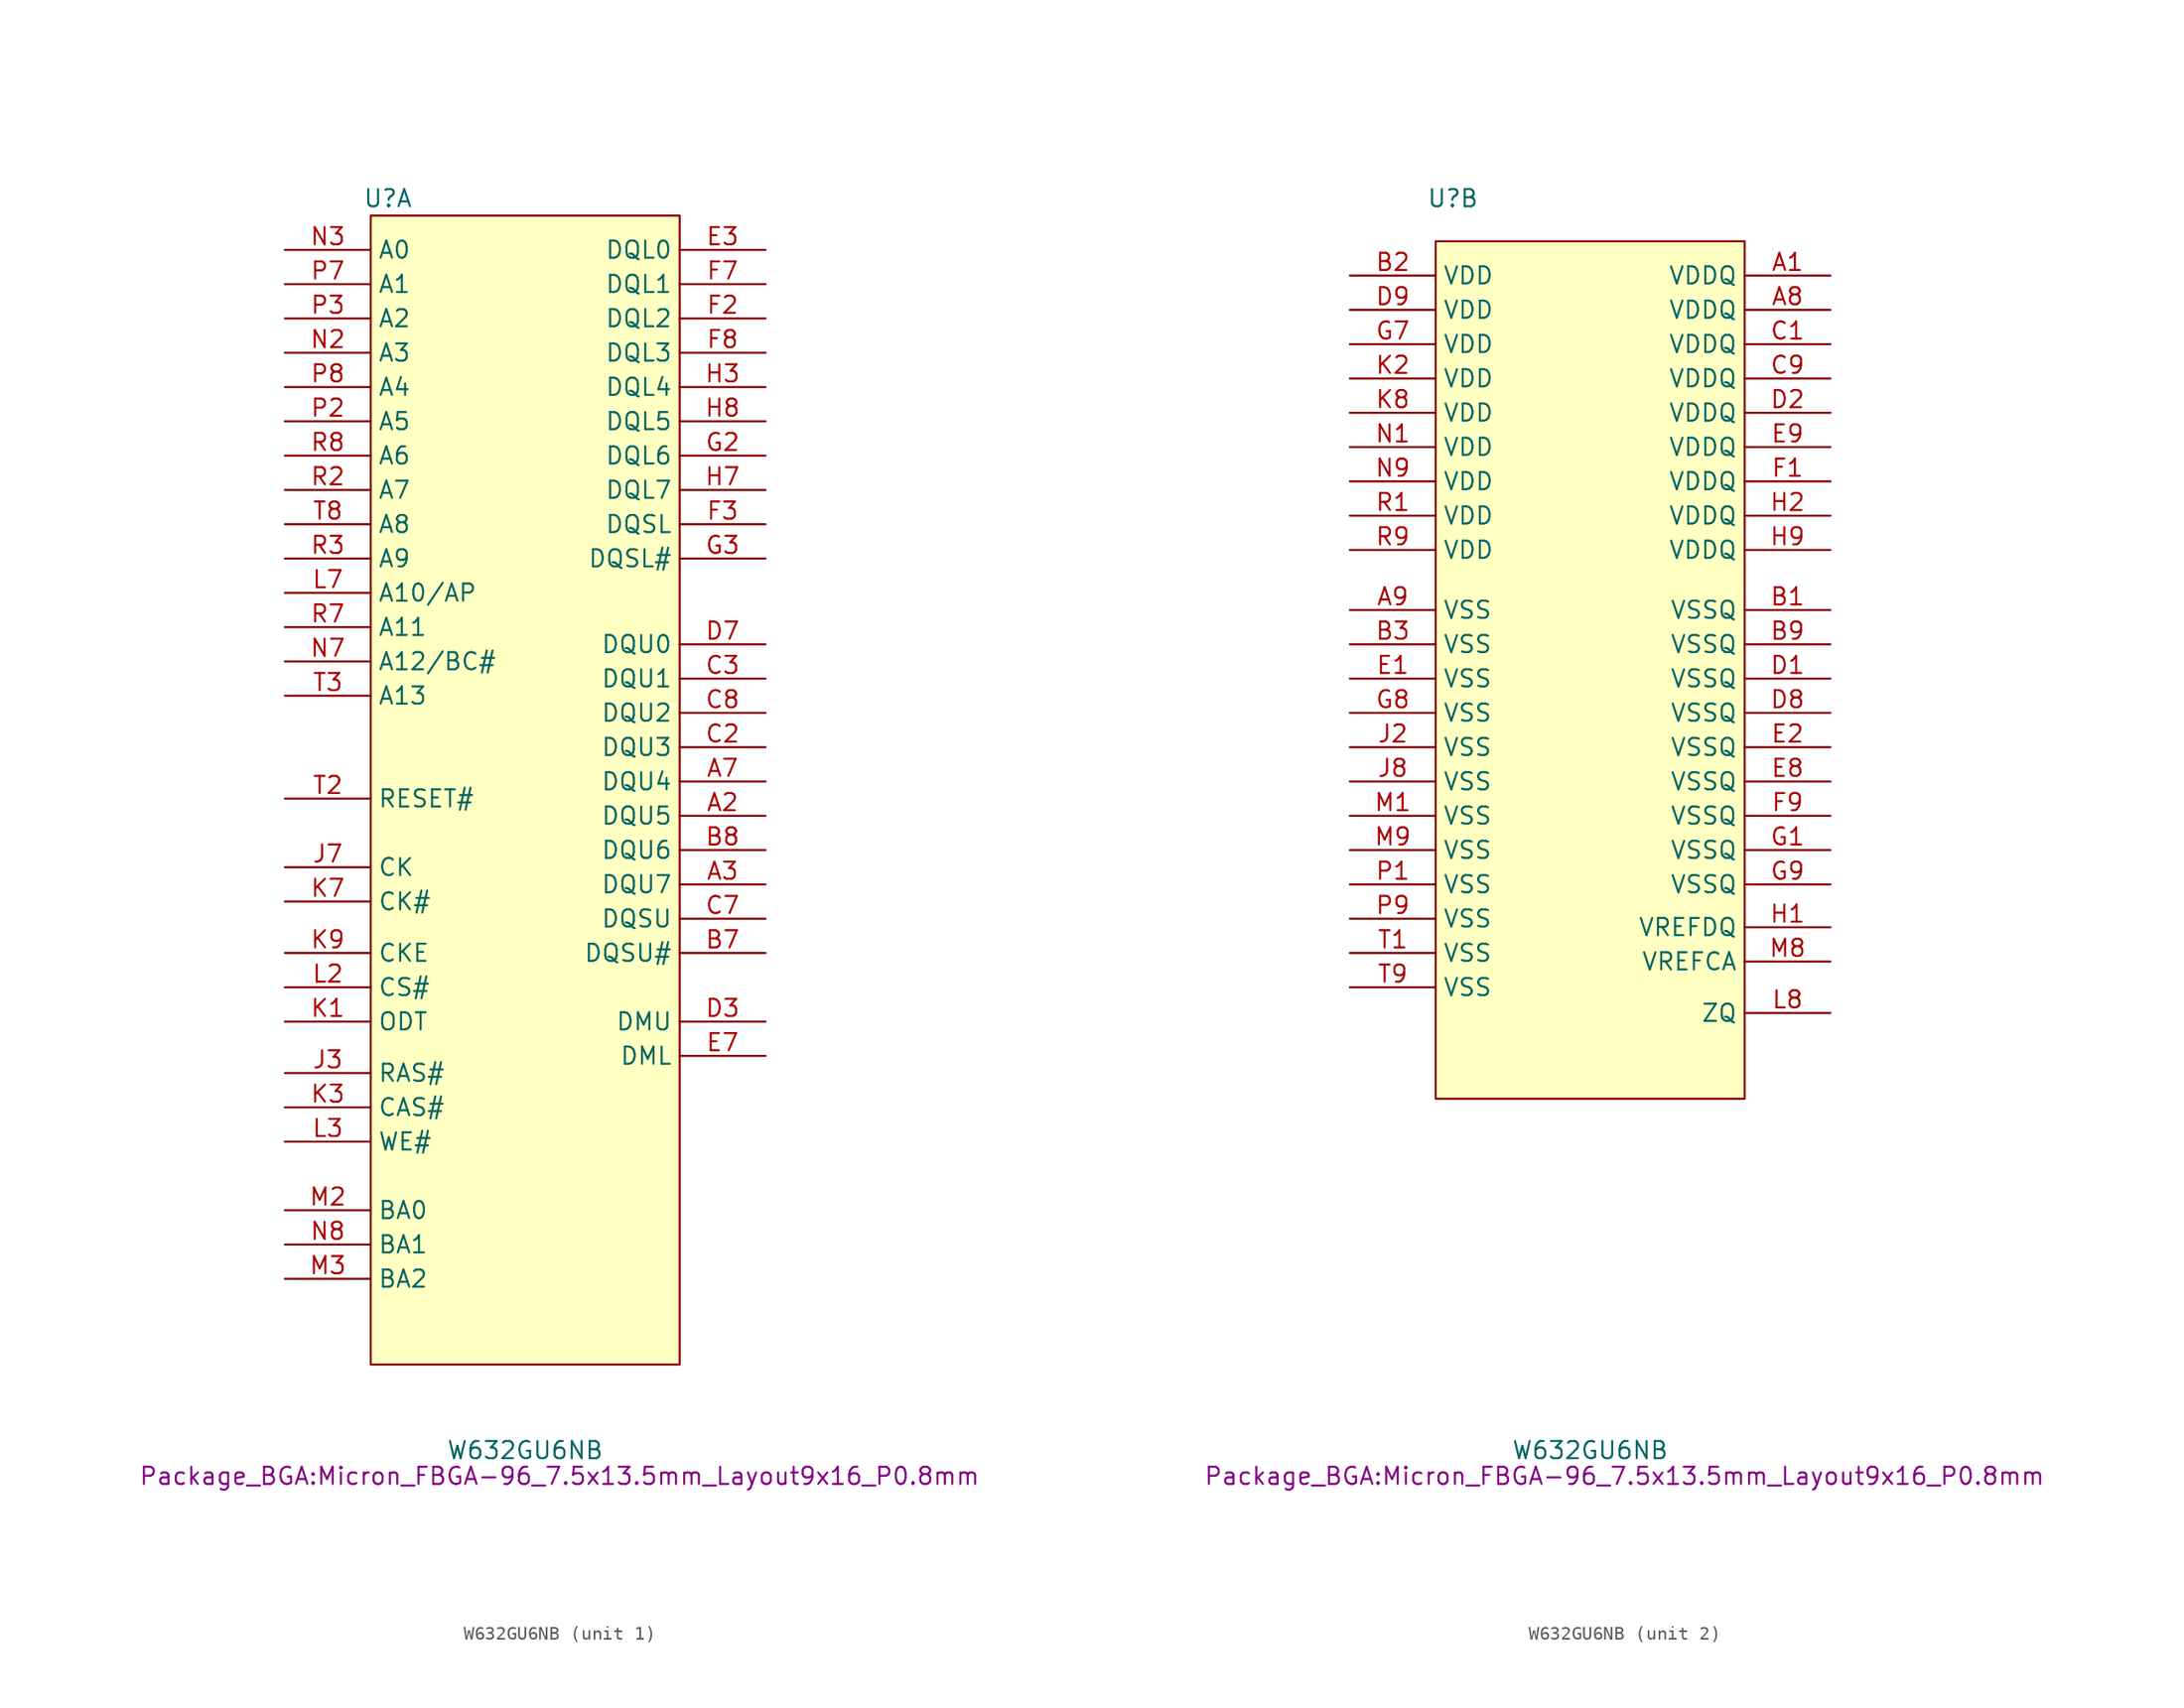
<source format=kicad_sym>
(kicad_symbol_lib
  (version 20220914)
  (generator kicad_symbol_editor)
  (symbol "W632GU6NB"
    (property "Reference" "U"
      (at -10.16 15.24 0)
      (effects (font (size 1.27 1.27))))
    (property "Value" "W632GU6NB"
      (at 0 -77.47 0)
      (effects (font (size 1.27 1.27))))
    (property "Footprint" "Package_BGA:Micron_FBGA-96_7.5x13.5mm_Layout9x16_P0.8mm"
      (at 2.54 -79.375 0)
      (effects (font (size 1.27 1.27))))
    (property "ki_locked" ""
      (at 0 0 0)
      (effects (font (size 1.27 1.27))))
    (symbol "W632GU6NB_1_1"
      (rectangle (start -11.43 13.97) (end 11.43 -71.12) (stroke (width 0) (type default)) (fill (type background)))
      (pin bidirectional line (at 17.78 -30.48 180) (length 6.35) (name "DQU5" (effects (font (size 1.27 1.27)))) (number "A2" (effects (font (size 1.27 1.27)))))
      (pin bidirectional line (at 17.78 -35.56 180) (length 6.35) (name "DQU7" (effects (font (size 1.27 1.27)))) (number "A3" (effects (font (size 1.27 1.27)))))
      (pin bidirectional line (at 17.78 -27.94 180) (length 6.35) (name "DQU4" (effects (font (size 1.27 1.27)))) (number "A7" (effects (font (size 1.27 1.27)))))
      (pin bidirectional line (at 17.78 -40.64 180) (length 6.35) (name "DQSU#" (effects (font (size 1.27 1.27)))) (number "B7" (effects (font (size 1.27 1.27)))))
      (pin bidirectional line (at 17.78 -33.02 180) (length 6.35) (name "DQU6" (effects (font (size 1.27 1.27)))) (number "B8" (effects (font (size 1.27 1.27)))))
      (pin bidirectional line (at 17.78 -25.4 180) (length 6.35) (name "DQU3" (effects (font (size 1.27 1.27)))) (number "C2" (effects (font (size 1.27 1.27)))))
      (pin bidirectional line (at 17.78 -20.32 180) (length 6.35) (name "DQU1" (effects (font (size 1.27 1.27)))) (number "C3" (effects (font (size 1.27 1.27)))))
      (pin bidirectional line (at 17.78 -38.1 180) (length 6.35) (name "DQSU" (effects (font (size 1.27 1.27)))) (number "C7" (effects (font (size 1.27 1.27)))))
      (pin bidirectional line (at 17.78 -22.86 180) (length 6.35) (name "DQU2" (effects (font (size 1.27 1.27)))) (number "C8" (effects (font (size 1.27 1.27)))))
      (pin input line (at 17.78 -45.72 180) (length 6.35) (name "DMU" (effects (font (size 1.27 1.27)))) (number "D3" (effects (font (size 1.27 1.27)))))
      (pin bidirectional line (at 17.78 -17.78 180) (length 6.35) (name "DQU0" (effects (font (size 1.27 1.27)))) (number "D7" (effects (font (size 1.27 1.27)))))
      (pin bidirectional line (at 17.78 11.43 180) (length 6.35) (name "DQL0" (effects (font (size 1.27 1.27)))) (number "E3" (effects (font (size 1.27 1.27)))))
      (pin input line (at 17.78 -48.26 180) (length 6.35) (name "DML" (effects (font (size 1.27 1.27)))) (number "E7" (effects (font (size 1.27 1.27)))))
      (pin bidirectional line (at 17.78 6.35 180) (length 6.35) (name "DQL2" (effects (font (size 1.27 1.27)))) (number "F2" (effects (font (size 1.27 1.27)))))
      (pin bidirectional line (at 17.78 -8.89 180) (length 6.35) (name "DQSL" (effects (font (size 1.27 1.27)))) (number "F3" (effects (font (size 1.27 1.27)))))
      (pin bidirectional line (at 17.78 8.89 180) (length 6.35) (name "DQL1" (effects (font (size 1.27 1.27)))) (number "F7" (effects (font (size 1.27 1.27)))))
      (pin bidirectional line (at 17.78 3.81 180) (length 6.35) (name "DQL3" (effects (font (size 1.27 1.27)))) (number "F8" (effects (font (size 1.27 1.27)))))
      (pin bidirectional line (at 17.78 -3.81 180) (length 6.35) (name "DQL6" (effects (font (size 1.27 1.27)))) (number "G2" (effects (font (size 1.27 1.27)))))
      (pin bidirectional line (at 17.78 -11.43 180) (length 6.35) (name "DQSL#" (effects (font (size 1.27 1.27)))) (number "G3" (effects (font (size 1.27 1.27)))))
      (pin bidirectional line (at 17.78 1.27 180) (length 6.35) (name "DQL4" (effects (font (size 1.27 1.27)))) (number "H3" (effects (font (size 1.27 1.27)))))
      (pin bidirectional line (at 17.78 -6.35 180) (length 6.35) (name "DQL7" (effects (font (size 1.27 1.27)))) (number "H7" (effects (font (size 1.27 1.27)))))
      (pin bidirectional line (at 17.78 -1.27 180) (length 6.35) (name "DQL5" (effects (font (size 1.27 1.27)))) (number "H8" (effects (font (size 1.27 1.27)))))
      (pin input line (at -17.78 -49.53 0) (length 6.35) (name "RAS#" (effects (font (size 1.27 1.27)))) (number "J3" (effects (font (size 1.27 1.27)))))
      (pin input line (at -17.78 -34.29 0) (length 6.35) (name "CK" (effects (font (size 1.27 1.27)))) (number "J7" (effects (font (size 1.27 1.27)))))
      (pin input line (at -17.78 -45.72 0) (length 6.35) (name "ODT" (effects (font (size 1.27 1.27)))) (number "K1" (effects (font (size 1.27 1.27)))))
      (pin input line (at -17.78 -52.07 0) (length 6.35) (name "CAS#" (effects (font (size 1.27 1.27)))) (number "K3" (effects (font (size 1.27 1.27)))))
      (pin input line (at -17.78 -36.83 0) (length 6.35) (name "CK#" (effects (font (size 1.27 1.27)))) (number "K7" (effects (font (size 1.27 1.27)))))
      (pin input line (at -17.78 -40.64 0) (length 6.35) (name "CKE" (effects (font (size 1.27 1.27)))) (number "K9" (effects (font (size 1.27 1.27)))))
      (pin input line (at -17.78 -43.18 0) (length 6.35) (name "CS#" (effects (font (size 1.27 1.27)))) (number "L2" (effects (font (size 1.27 1.27)))))
      (pin input line (at -17.78 -54.61 0) (length 6.35) (name "WE#" (effects (font (size 1.27 1.27)))) (number "L3" (effects (font (size 1.27 1.27)))))
      (pin input line (at -17.78 -13.97 0) (length 6.35) (name "A10/AP" (effects (font (size 1.27 1.27)))) (number "L7" (effects (font (size 1.27 1.27)))))
      (pin input line (at -17.78 -59.69 0) (length 6.35) (name "BA0" (effects (font (size 1.27 1.27)))) (number "M2" (effects (font (size 1.27 1.27)))))
      (pin input line (at -17.78 -64.77 0) (length 6.35) (name "BA2" (effects (font (size 1.27 1.27)))) (number "M3" (effects (font (size 1.27 1.27)))))
      (pin input line (at -17.78 3.81 0) (length 6.35) (name "A3" (effects (font (size 1.27 1.27)))) (number "N2" (effects (font (size 1.27 1.27)))))
      (pin input line (at -17.78 11.43 0) (length 6.35) (name "A0" (effects (font (size 1.27 1.27)))) (number "N3" (effects (font (size 1.27 1.27)))))
      (pin input line (at -17.78 -19.05 0) (length 6.35) (name "A12/BC#" (effects (font (size 1.27 1.27)))) (number "N7" (effects (font (size 1.27 1.27)))))
      (pin input line (at -17.78 -62.23 0) (length 6.35) (name "BA1" (effects (font (size 1.27 1.27)))) (number "N8" (effects (font (size 1.27 1.27)))))
      (pin input line (at -17.78 -1.27 0) (length 6.35) (name "A5" (effects (font (size 1.27 1.27)))) (number "P2" (effects (font (size 1.27 1.27)))))
      (pin input line (at -17.78 6.35 0) (length 6.35) (name "A2" (effects (font (size 1.27 1.27)))) (number "P3" (effects (font (size 1.27 1.27)))))
      (pin input line (at -17.78 8.89 0) (length 6.35) (name "A1" (effects (font (size 1.27 1.27)))) (number "P7" (effects (font (size 1.27 1.27)))))
      (pin input line (at -17.78 1.27 0) (length 6.35) (name "A4" (effects (font (size 1.27 1.27)))) (number "P8" (effects (font (size 1.27 1.27)))))
      (pin input line (at -17.78 -6.35 0) (length 6.35) (name "A7" (effects (font (size 1.27 1.27)))) (number "R2" (effects (font (size 1.27 1.27)))))
      (pin input line (at -17.78 -11.43 0) (length 6.35) (name "A9" (effects (font (size 1.27 1.27)))) (number "R3" (effects (font (size 1.27 1.27)))))
      (pin input line (at -17.78 -16.51 0) (length 6.35) (name "A11" (effects (font (size 1.27 1.27)))) (number "R7" (effects (font (size 1.27 1.27)))))
      (pin input line (at -17.78 -3.81 0) (length 6.35) (name "A6" (effects (font (size 1.27 1.27)))) (number "R8" (effects (font (size 1.27 1.27)))))
      (pin input line (at -17.78 -29.21 0) (length 6.35) (name "RESET#" (effects (font (size 1.27 1.27)))) (number "T2" (effects (font (size 1.27 1.27)))))
      (pin input line (at -17.78 -21.59 0) (length 6.35) (name "A13" (effects (font (size 1.27 1.27)))) (number "T3" (effects (font (size 1.27 1.27)))))
      (pin input line (at -17.78 -8.89 0) (length 6.35) (name "A8" (effects (font (size 1.27 1.27)))) (number "T8" (effects (font (size 1.27 1.27))))))
    (symbol "W632GU6NB_2_1"
      (rectangle (start -11.43 12.065) (end 11.43 -51.435) (stroke (width 0) (type default)) (fill (type background)))
      (pin power_in line (at 17.78 9.525 180) (length 6.35) (name "VDDQ" (effects (font (size 1.27 1.27)))) (number "A1" (effects (font (size 1.27 1.27)))))
      (pin power_in line (at 17.78 6.985 180) (length 6.35) (name "VDDQ" (effects (font (size 1.27 1.27)))) (number "A8" (effects (font (size 1.27 1.27)))))
      (pin power_in line (at -17.78 -15.24 0) (length 6.35) (name "VSS" (effects (font (size 1.27 1.27)))) (number "A9" (effects (font (size 1.27 1.27)))))
      (pin power_in line (at 17.78 -15.24 180) (length 6.35) (name "VSSQ" (effects (font (size 1.27 1.27)))) (number "B1" (effects (font (size 1.27 1.27)))))
      (pin power_in line (at -17.78 9.525 0) (length 6.35) (name "VDD" (effects (font (size 1.27 1.27)))) (number "B2" (effects (font (size 1.27 1.27)))))
      (pin power_in line (at -17.78 -17.78 0) (length 6.35) (name "VSS" (effects (font (size 1.27 1.27)))) (number "B3" (effects (font (size 1.27 1.27)))))
      (pin power_in line (at 17.78 -17.78 180) (length 6.35) (name "VSSQ" (effects (font (size 1.27 1.27)))) (number "B9" (effects (font (size 1.27 1.27)))))
      (pin power_in line (at 17.78 4.445 180) (length 6.35) (name "VDDQ" (effects (font (size 1.27 1.27)))) (number "C1" (effects (font (size 1.27 1.27)))))
      (pin power_in line (at 17.78 1.905 180) (length 6.35) (name "VDDQ" (effects (font (size 1.27 1.27)))) (number "C9" (effects (font (size 1.27 1.27)))))
      (pin power_in line (at 17.78 -20.32 180) (length 6.35) (name "VSSQ" (effects (font (size 1.27 1.27)))) (number "D1" (effects (font (size 1.27 1.27)))))
      (pin power_in line (at 17.78 -0.635 180) (length 6.35) (name "VDDQ" (effects (font (size 1.27 1.27)))) (number "D2" (effects (font (size 1.27 1.27)))))
      (pin power_in line (at 17.78 -22.86 180) (length 6.35) (name "VSSQ" (effects (font (size 1.27 1.27)))) (number "D8" (effects (font (size 1.27 1.27)))))
      (pin power_in line (at -17.78 6.985 0) (length 6.35) (name "VDD" (effects (font (size 1.27 1.27)))) (number "D9" (effects (font (size 1.27 1.27)))))
      (pin power_in line (at -17.78 -20.32 0) (length 6.35) (name "VSS" (effects (font (size 1.27 1.27)))) (number "E1" (effects (font (size 1.27 1.27)))))
      (pin power_in line (at 17.78 -25.4 180) (length 6.35) (name "VSSQ" (effects (font (size 1.27 1.27)))) (number "E2" (effects (font (size 1.27 1.27)))))
      (pin power_in line (at 17.78 -27.94 180) (length 6.35) (name "VSSQ" (effects (font (size 1.27 1.27)))) (number "E8" (effects (font (size 1.27 1.27)))))
      (pin power_in line (at 17.78 -3.175 180) (length 6.35) (name "VDDQ" (effects (font (size 1.27 1.27)))) (number "E9" (effects (font (size 1.27 1.27)))))
      (pin power_in line (at 17.78 -5.715 180) (length 6.35) (name "VDDQ" (effects (font (size 1.27 1.27)))) (number "F1" (effects (font (size 1.27 1.27)))))
      (pin power_in line (at 17.78 -30.48 180) (length 6.35) (name "VSSQ" (effects (font (size 1.27 1.27)))) (number "F9" (effects (font (size 1.27 1.27)))))
      (pin power_in line (at 17.78 -33.02 180) (length 6.35) (name "VSSQ" (effects (font (size 1.27 1.27)))) (number "G1" (effects (font (size 1.27 1.27)))))
      (pin power_in line (at -17.78 4.445 0) (length 6.35) (name "VDD" (effects (font (size 1.27 1.27)))) (number "G7" (effects (font (size 1.27 1.27)))))
      (pin power_in line (at -17.78 -22.86 0) (length 6.35) (name "VSS" (effects (font (size 1.27 1.27)))) (number "G8" (effects (font (size 1.27 1.27)))))
      (pin power_in line (at 17.78 -35.56 180) (length 6.35) (name "VSSQ" (effects (font (size 1.27 1.27)))) (number "G9" (effects (font (size 1.27 1.27)))))
      (pin power_in line (at 17.78 -38.735 180) (length 6.35) (name "VREFDQ" (effects (font (size 1.27 1.27)))) (number "H1" (effects (font (size 1.27 1.27)))))
      (pin power_in line (at 17.78 -8.255 180) (length 6.35) (name "VDDQ" (effects (font (size 1.27 1.27)))) (number "H2" (effects (font (size 1.27 1.27)))))
      (pin power_in line (at 17.78 -10.795 180) (length 6.35) (name "VDDQ" (effects (font (size 1.27 1.27)))) (number "H9" (effects (font (size 1.27 1.27)))))
      (pin no_connect line (at -5.08 -57.785 90) (length 6.35) hide (name "NC" (effects (font (size 1.27 1.27)))) (number "J1" (effects (font (size 1.27 1.27)))))
      (pin power_in line (at -17.78 -25.4 0) (length 6.35) (name "VSS" (effects (font (size 1.27 1.27)))) (number "J2" (effects (font (size 1.27 1.27)))))
      (pin power_in line (at -17.78 -27.94 0) (length 6.35) (name "VSS" (effects (font (size 1.27 1.27)))) (number "J8" (effects (font (size 1.27 1.27)))))
      (pin no_connect line (at -2.54 -57.785 90) (length 6.35) hide (name "NC" (effects (font (size 1.27 1.27)))) (number "J9" (effects (font (size 1.27 1.27)))))
      (pin power_in line (at -17.78 1.905 0) (length 6.35) (name "VDD" (effects (font (size 1.27 1.27)))) (number "K2" (effects (font (size 1.27 1.27)))))
      (pin power_in line (at -17.78 -0.635 0) (length 6.35) (name "VDD" (effects (font (size 1.27 1.27)))) (number "K8" (effects (font (size 1.27 1.27)))))
      (pin no_connect line (at 0 -57.785 90) (length 6.35) hide (name "NC" (effects (font (size 1.27 1.27)))) (number "L1" (effects (font (size 1.27 1.27)))))
      (pin power_in line (at 17.78 -45.085 180) (length 6.35) (name "ZQ" (effects (font (size 1.27 1.27)))) (number "L8" (effects (font (size 1.27 1.27)))))
      (pin no_connect line (at 2.54 -57.785 90) (length 6.35) hide (name "NC" (effects (font (size 1.27 1.27)))) (number "L9" (effects (font (size 1.27 1.27)))))
      (pin power_in line (at -17.78 -30.48 0) (length 6.35) (name "VSS" (effects (font (size 1.27 1.27)))) (number "M1" (effects (font (size 1.27 1.27)))))
      (pin no_connect line (at 5.08 -57.785 90) (length 6.35) hide (name "NC" (effects (font (size 1.27 1.27)))) (number "M7" (effects (font (size 1.27 1.27)))))
      (pin power_in line (at 17.78 -41.275 180) (length 6.35) (name "VREFCA" (effects (font (size 1.27 1.27)))) (number "M8" (effects (font (size 1.27 1.27)))))
      (pin power_in line (at -17.78 -33.02 0) (length 6.35) (name "VSS" (effects (font (size 1.27 1.27)))) (number "M9" (effects (font (size 1.27 1.27)))))
      (pin power_in line (at -17.78 -3.175 0) (length 6.35) (name "VDD" (effects (font (size 1.27 1.27)))) (number "N1" (effects (font (size 1.27 1.27)))))
      (pin power_in line (at -17.78 -5.715 0) (length 6.35) (name "VDD" (effects (font (size 1.27 1.27)))) (number "N9" (effects (font (size 1.27 1.27)))))
      (pin power_in line (at -17.78 -35.56 0) (length 6.35) (name "VSS" (effects (font (size 1.27 1.27)))) (number "P1" (effects (font (size 1.27 1.27)))))
      (pin power_in line (at -17.78 -38.1 0) (length 6.35) (name "VSS" (effects (font (size 1.27 1.27)))) (number "P9" (effects (font (size 1.27 1.27)))))
      (pin power_in line (at -17.78 -8.255 0) (length 6.35) (name "VDD" (effects (font (size 1.27 1.27)))) (number "R1" (effects (font (size 1.27 1.27)))))
      (pin power_in line (at -17.78 -10.795 0) (length 6.35) (name "VDD" (effects (font (size 1.27 1.27)))) (number "R9" (effects (font (size 1.27 1.27)))))
      (pin power_in line (at -17.78 -40.64 0) (length 6.35) (name "VSS" (effects (font (size 1.27 1.27)))) (number "T1" (effects (font (size 1.27 1.27)))))
      (pin power_in line (at -17.78 -43.18 0) (length 6.35) (name "VSS" (effects (font (size 1.27 1.27)))) (number "T9" (effects (font (size 1.27 1.27))))))))
</source>
